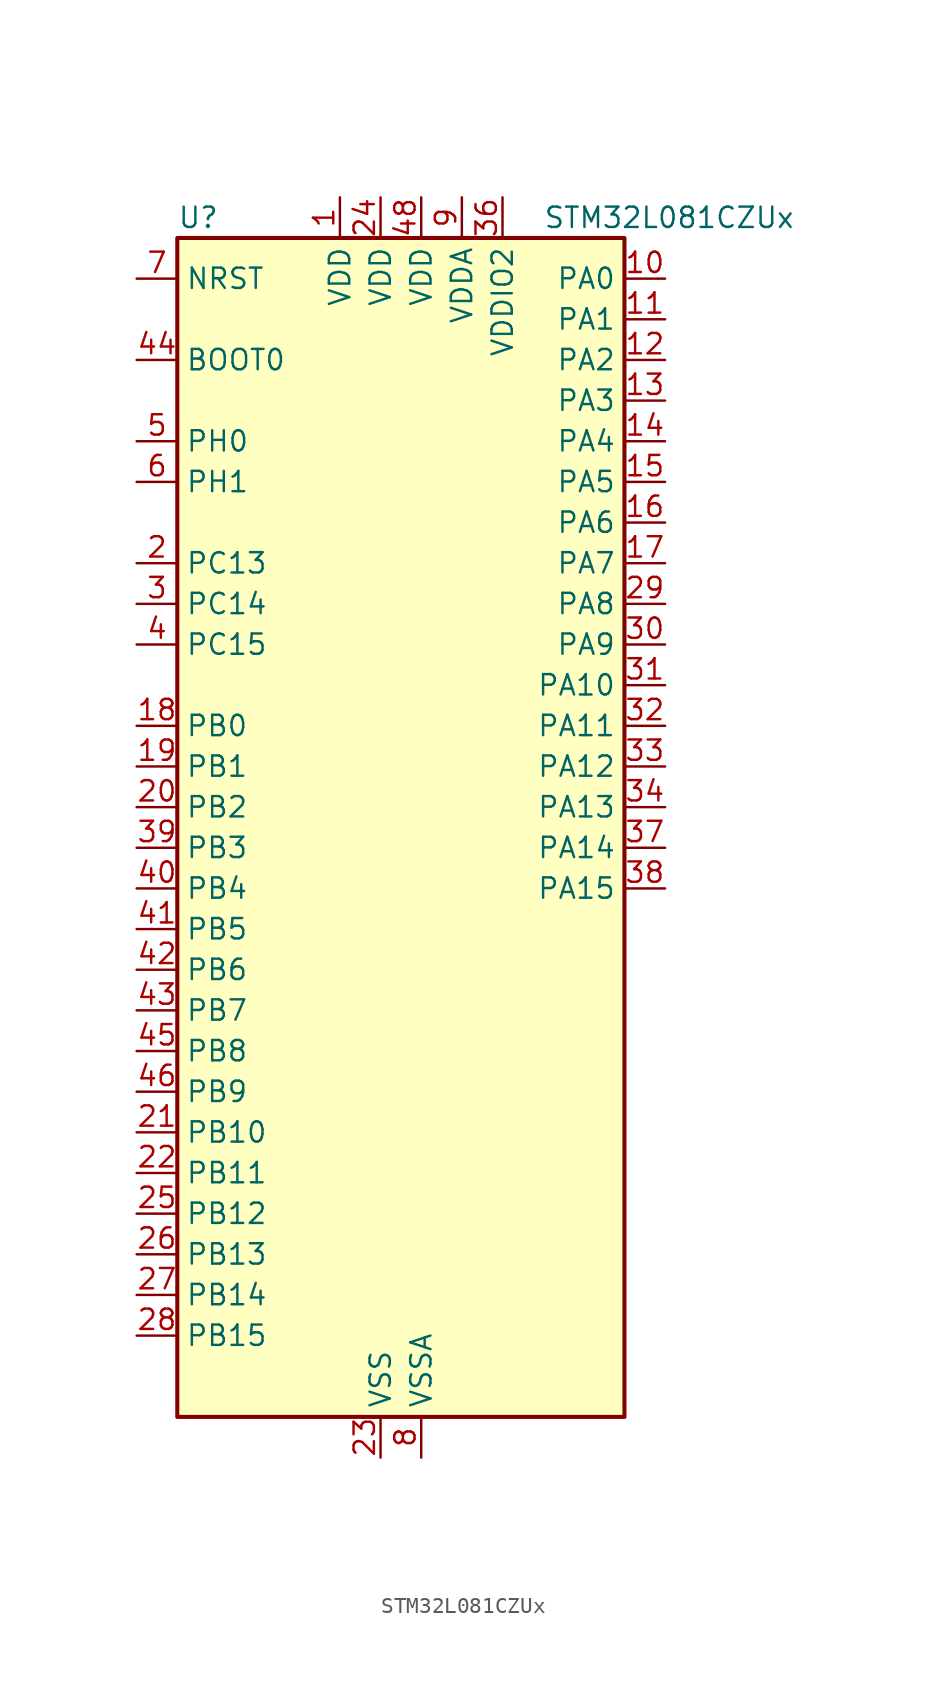
<source format=kicad_sym>
(kicad_symbol_lib
  (version 20220914)
  (generator kicad_symbol_editor)
  (symbol "STM32L081CZUx"
    (property "Reference" "U"
      (at -12.7 39.37 0)
      (effects (font (size 1.27 1.27)) (justify left)))
    (property "Value" "STM32L081CZUx"
      (at 10.16 39.37 0)
      (effects (font (size 1.27 1.27)) (justify left)))
    (property "ki_locked" ""
      (at 0 0 0)
      (effects (font (size 1.27 1.27))))
    (symbol "STM32L081CZUx_0_1"
      (rectangle (start -12.7 -35.56) (end 15.24 38.1) (stroke (width 0.254) (type default)) (fill (type background))))
    (symbol "STM32L081CZUx_1_1"
      (pin power_in line (at -2.54 40.64 270) (length 2.54) (name "VDD" (effects (font (size 1.27 1.27)))) (number "1" (effects (font (size 1.27 1.27)))))
      (pin bidirectional line (at 17.78 35.56 180) (length 2.54) (name "PA0" (effects (font (size 1.27 1.27)))) (number "10" (effects (font (size 1.27 1.27)))) (alternate "ADC_IN0" bidirectional line) (alternate "COMP1_INM" bidirectional line) (alternate "COMP1_OUT" bidirectional line) (alternate "RTC_TAMP2" bidirectional line) (alternate "SYS_WKUP1" bidirectional line) (alternate "TIM2_CH1" bidirectional line) (alternate "TIM2_ETR" bidirectional line) (alternate "USART2_CTS" bidirectional line) (alternate "USART4_TX" bidirectional line))
      (pin bidirectional line (at 17.78 33.02 180) (length 2.54) (name "PA1" (effects (font (size 1.27 1.27)))) (number "11" (effects (font (size 1.27 1.27)))) (alternate "ADC_IN1" bidirectional line) (alternate "COMP1_INP" bidirectional line) (alternate "TIM21_ETR" bidirectional line) (alternate "TIM2_CH2" bidirectional line) (alternate "USART2_DE" bidirectional line) (alternate "USART2_RTS" bidirectional line) (alternate "USART4_RX" bidirectional line))
      (pin bidirectional line (at 17.78 30.48 180) (length 2.54) (name "PA2" (effects (font (size 1.27 1.27)))) (number "12" (effects (font (size 1.27 1.27)))) (alternate "ADC_IN2" bidirectional line) (alternate "COMP2_INM" bidirectional line) (alternate "COMP2_OUT" bidirectional line) (alternate "LPUART1_TX" bidirectional line) (alternate "TIM21_CH1" bidirectional line) (alternate "TIM2_CH3" bidirectional line) (alternate "USART2_TX" bidirectional line))
      (pin bidirectional line (at 17.78 27.94 180) (length 2.54) (name "PA3" (effects (font (size 1.27 1.27)))) (number "13" (effects (font (size 1.27 1.27)))) (alternate "ADC_IN3" bidirectional line) (alternate "COMP2_INP" bidirectional line) (alternate "LPUART1_RX" bidirectional line) (alternate "TIM21_CH2" bidirectional line) (alternate "TIM2_CH4" bidirectional line) (alternate "USART2_RX" bidirectional line))
      (pin bidirectional line (at 17.78 25.4 180) (length 2.54) (name "PA4" (effects (font (size 1.27 1.27)))) (number "14" (effects (font (size 1.27 1.27)))) (alternate "ADC_IN4" bidirectional line) (alternate "COMP1_INM" bidirectional line) (alternate "COMP2_INM" bidirectional line) (alternate "SPI1_NSS" bidirectional line) (alternate "TIM22_ETR" bidirectional line) (alternate "USART2_CK" bidirectional line))
      (pin bidirectional line (at 17.78 22.86 180) (length 2.54) (name "PA5" (effects (font (size 1.27 1.27)))) (number "15" (effects (font (size 1.27 1.27)))) (alternate "ADC_IN5" bidirectional line) (alternate "COMP1_INM" bidirectional line) (alternate "COMP2_INM" bidirectional line) (alternate "SPI1_SCK" bidirectional line) (alternate "TIM2_CH1" bidirectional line) (alternate "TIM2_ETR" bidirectional line))
      (pin bidirectional line (at 17.78 20.32 180) (length 2.54) (name "PA6" (effects (font (size 1.27 1.27)))) (number "16" (effects (font (size 1.27 1.27)))) (alternate "ADC_IN6" bidirectional line) (alternate "COMP1_OUT" bidirectional line) (alternate "LPUART1_CTS" bidirectional line) (alternate "SPI1_MISO" bidirectional line) (alternate "TIM22_CH1" bidirectional line) (alternate "TIM3_CH1" bidirectional line))
      (pin bidirectional line (at 17.78 17.78 180) (length 2.54) (name "PA7" (effects (font (size 1.27 1.27)))) (number "17" (effects (font (size 1.27 1.27)))) (alternate "ADC_IN7" bidirectional line) (alternate "COMP2_OUT" bidirectional line) (alternate "SPI1_MOSI" bidirectional line) (alternate "TIM22_CH2" bidirectional line) (alternate "TIM3_CH2" bidirectional line))
      (pin bidirectional line (at -15.24 7.62 0) (length 2.54) (name "PB0" (effects (font (size 1.27 1.27)))) (number "18" (effects (font (size 1.27 1.27)))) (alternate "ADC_IN8" bidirectional line) (alternate "SYS_VREF_OUT_PB0" bidirectional line) (alternate "TIM3_CH3" bidirectional line))
      (pin bidirectional line (at -15.24 5.08 0) (length 2.54) (name "PB1" (effects (font (size 1.27 1.27)))) (number "19" (effects (font (size 1.27 1.27)))) (alternate "ADC_IN9" bidirectional line) (alternate "LPUART1_DE" bidirectional line) (alternate "LPUART1_RTS" bidirectional line) (alternate "SYS_VREF_OUT_PB1" bidirectional line) (alternate "TIM3_CH4" bidirectional line))
      (pin bidirectional line (at -15.24 17.78 0) (length 2.54) (name "PC13" (effects (font (size 1.27 1.27)))) (number "2" (effects (font (size 1.27 1.27)))) (alternate "RTC_OUT_ALARM" bidirectional line) (alternate "RTC_OUT_CALIB" bidirectional line) (alternate "RTC_TAMP1" bidirectional line) (alternate "RTC_TS" bidirectional line) (alternate "SYS_WKUP2" bidirectional line))
      (pin bidirectional line (at -15.24 2.54 0) (length 2.54) (name "PB2" (effects (font (size 1.27 1.27)))) (number "20" (effects (font (size 1.27 1.27)))) (alternate "I2C3_SMBA" bidirectional line) (alternate "LPTIM1_OUT" bidirectional line))
      (pin bidirectional line (at -15.24 -17.78 0) (length 2.54) (name "PB10" (effects (font (size 1.27 1.27)))) (number "21" (effects (font (size 1.27 1.27)))) (alternate "I2C2_SCL" bidirectional line) (alternate "LPUART1_RX" bidirectional line) (alternate "LPUART1_TX" bidirectional line) (alternate "SPI2_SCK" bidirectional line) (alternate "TIM2_CH3" bidirectional line))
      (pin bidirectional line (at -15.24 -20.32 0) (length 2.54) (name "PB11" (effects (font (size 1.27 1.27)))) (number "22" (effects (font (size 1.27 1.27)))) (alternate "ADC_EXTI11" bidirectional line) (alternate "I2C2_SDA" bidirectional line) (alternate "LPUART1_RX" bidirectional line) (alternate "LPUART1_TX" bidirectional line) (alternate "TIM2_CH4" bidirectional line))
      (pin power_in line (at 0 -38.1 90) (length 2.54) (name "VSS" (effects (font (size 1.27 1.27)))) (number "23" (effects (font (size 1.27 1.27)))))
      (pin power_in line (at 0 40.64 270) (length 2.54) (name "VDD" (effects (font (size 1.27 1.27)))) (number "24" (effects (font (size 1.27 1.27)))))
      (pin bidirectional line (at -15.24 -22.86 0) (length 2.54) (name "PB12" (effects (font (size 1.27 1.27)))) (number "25" (effects (font (size 1.27 1.27)))) (alternate "I2S2_WS" bidirectional line) (alternate "LPUART1_DE" bidirectional line) (alternate "LPUART1_RTS" bidirectional line) (alternate "SPI2_NSS" bidirectional line))
      (pin bidirectional line (at -15.24 -25.4 0) (length 2.54) (name "PB13" (effects (font (size 1.27 1.27)))) (number "26" (effects (font (size 1.27 1.27)))) (alternate "I2C2_SCL" bidirectional line) (alternate "I2S2_CK" bidirectional line) (alternate "LPUART1_CTS" bidirectional line) (alternate "RCC_MCO" bidirectional line) (alternate "SPI2_SCK" bidirectional line) (alternate "TIM21_CH1" bidirectional line))
      (pin bidirectional line (at -15.24 -27.94 0) (length 2.54) (name "PB14" (effects (font (size 1.27 1.27)))) (number "27" (effects (font (size 1.27 1.27)))) (alternate "I2C2_SDA" bidirectional line) (alternate "I2S2_MCK" bidirectional line) (alternate "LPUART1_DE" bidirectional line) (alternate "LPUART1_RTS" bidirectional line) (alternate "RTC_OUT_ALARM" bidirectional line) (alternate "RTC_OUT_CALIB" bidirectional line) (alternate "SPI2_MISO" bidirectional line) (alternate "TIM21_CH2" bidirectional line))
      (pin bidirectional line (at -15.24 -30.48 0) (length 2.54) (name "PB15" (effects (font (size 1.27 1.27)))) (number "28" (effects (font (size 1.27 1.27)))) (alternate "I2S2_SD" bidirectional line) (alternate "RTC_REFIN" bidirectional line) (alternate "SPI2_MOSI" bidirectional line))
      (pin bidirectional line (at 17.78 15.24 180) (length 2.54) (name "PA8" (effects (font (size 1.27 1.27)))) (number "29" (effects (font (size 1.27 1.27)))) (alternate "I2C3_SCL" bidirectional line) (alternate "RCC_MCO" bidirectional line) (alternate "USART1_CK" bidirectional line))
      (pin bidirectional line (at -15.24 15.24 0) (length 2.54) (name "PC14" (effects (font (size 1.27 1.27)))) (number "3" (effects (font (size 1.27 1.27)))) (alternate "RCC_OSC32_IN" bidirectional line))
      (pin bidirectional line (at 17.78 12.7 180) (length 2.54) (name "PA9" (effects (font (size 1.27 1.27)))) (number "30" (effects (font (size 1.27 1.27)))) (alternate "I2C1_SCL" bidirectional line) (alternate "I2C3_SMBA" bidirectional line) (alternate "RCC_MCO" bidirectional line) (alternate "USART1_TX" bidirectional line))
      (pin bidirectional line (at 17.78 10.16 180) (length 2.54) (name "PA10" (effects (font (size 1.27 1.27)))) (number "31" (effects (font (size 1.27 1.27)))) (alternate "I2C1_SDA" bidirectional line) (alternate "USART1_RX" bidirectional line))
      (pin bidirectional line (at 17.78 7.62 180) (length 2.54) (name "PA11" (effects (font (size 1.27 1.27)))) (number "32" (effects (font (size 1.27 1.27)))) (alternate "ADC_EXTI11" bidirectional line) (alternate "COMP1_OUT" bidirectional line) (alternate "SPI1_MISO" bidirectional line) (alternate "USART1_CTS" bidirectional line))
      (pin bidirectional line (at 17.78 5.08 180) (length 2.54) (name "PA12" (effects (font (size 1.27 1.27)))) (number "33" (effects (font (size 1.27 1.27)))) (alternate "COMP2_OUT" bidirectional line) (alternate "SPI1_MOSI" bidirectional line) (alternate "USART1_DE" bidirectional line) (alternate "USART1_RTS" bidirectional line))
      (pin bidirectional line (at 17.78 2.54 180) (length 2.54) (name "PA13" (effects (font (size 1.27 1.27)))) (number "34" (effects (font (size 1.27 1.27)))) (alternate "LPUART1_RX" bidirectional line) (alternate "SYS_SWDIO" bidirectional line))
      (pin passive line (at 0 -38.1 90) (length 2.54) hide (name "VSS" (effects (font (size 1.27 1.27)))) (number "35" (effects (font (size 1.27 1.27)))))
      (pin power_in line (at 7.62 40.64 270) (length 2.54) (name "VDDIO2" (effects (font (size 1.27 1.27)))) (number "36" (effects (font (size 1.27 1.27)))))
      (pin bidirectional line (at 17.78 0 180) (length 2.54) (name "PA14" (effects (font (size 1.27 1.27)))) (number "37" (effects (font (size 1.27 1.27)))) (alternate "LPUART1_TX" bidirectional line) (alternate "SYS_SWCLK" bidirectional line) (alternate "USART2_TX" bidirectional line))
      (pin bidirectional line (at 17.78 -2.54 180) (length 2.54) (name "PA15" (effects (font (size 1.27 1.27)))) (number "38" (effects (font (size 1.27 1.27)))) (alternate "SPI1_NSS" bidirectional line) (alternate "TIM2_CH1" bidirectional line) (alternate "TIM2_ETR" bidirectional line) (alternate "USART2_RX" bidirectional line) (alternate "USART4_DE" bidirectional line) (alternate "USART4_RTS" bidirectional line))
      (pin bidirectional line (at -15.24 0 0) (length 2.54) (name "PB3" (effects (font (size 1.27 1.27)))) (number "39" (effects (font (size 1.27 1.27)))) (alternate "COMP2_INM" bidirectional line) (alternate "SPI1_SCK" bidirectional line) (alternate "TIM2_CH2" bidirectional line) (alternate "USART1_DE" bidirectional line) (alternate "USART1_RTS" bidirectional line) (alternate "USART5_TX" bidirectional line))
      (pin bidirectional line (at -15.24 12.7 0) (length 2.54) (name "PC15" (effects (font (size 1.27 1.27)))) (number "4" (effects (font (size 1.27 1.27)))) (alternate "RCC_OSC32_OUT" bidirectional line))
      (pin bidirectional line (at -15.24 -2.54 0) (length 2.54) (name "PB4" (effects (font (size 1.27 1.27)))) (number "40" (effects (font (size 1.27 1.27)))) (alternate "COMP2_INP" bidirectional line) (alternate "I2C3_SDA" bidirectional line) (alternate "SPI1_MISO" bidirectional line) (alternate "TIM22_CH1" bidirectional line) (alternate "TIM3_CH1" bidirectional line) (alternate "USART1_CTS" bidirectional line) (alternate "USART5_RX" bidirectional line))
      (pin bidirectional line (at -15.24 -5.08 0) (length 2.54) (name "PB5" (effects (font (size 1.27 1.27)))) (number "41" (effects (font (size 1.27 1.27)))) (alternate "COMP2_INP" bidirectional line) (alternate "I2C1_SMBA" bidirectional line) (alternate "LPTIM1_IN1" bidirectional line) (alternate "SPI1_MOSI" bidirectional line) (alternate "TIM22_CH2" bidirectional line) (alternate "TIM3_CH2" bidirectional line) (alternate "USART1_CK" bidirectional line) (alternate "USART5_CK" bidirectional line) (alternate "USART5_DE" bidirectional line) (alternate "USART5_RTS" bidirectional line))
      (pin bidirectional line (at -15.24 -7.62 0) (length 2.54) (name "PB6" (effects (font (size 1.27 1.27)))) (number "42" (effects (font (size 1.27 1.27)))) (alternate "COMP2_INP" bidirectional line) (alternate "I2C1_SCL" bidirectional line) (alternate "LPTIM1_ETR" bidirectional line) (alternate "USART1_TX" bidirectional line))
      (pin bidirectional line (at -15.24 -10.16 0) (length 2.54) (name "PB7" (effects (font (size 1.27 1.27)))) (number "43" (effects (font (size 1.27 1.27)))) (alternate "COMP2_INP" bidirectional line) (alternate "I2C1_SDA" bidirectional line) (alternate "LPTIM1_IN2" bidirectional line) (alternate "SYS_PVD_IN" bidirectional line) (alternate "USART1_RX" bidirectional line) (alternate "USART4_CTS" bidirectional line))
      (pin input line (at -15.24 30.48 0) (length 2.54) (name "BOOT0" (effects (font (size 1.27 1.27)))) (number "44" (effects (font (size 1.27 1.27)))))
      (pin bidirectional line (at -15.24 -12.7 0) (length 2.54) (name "PB8" (effects (font (size 1.27 1.27)))) (number "45" (effects (font (size 1.27 1.27)))) (alternate "I2C1_SCL" bidirectional line))
      (pin bidirectional line (at -15.24 -15.24 0) (length 2.54) (name "PB9" (effects (font (size 1.27 1.27)))) (number "46" (effects (font (size 1.27 1.27)))) (alternate "I2C1_SDA" bidirectional line) (alternate "I2S2_WS" bidirectional line) (alternate "SPI2_NSS" bidirectional line))
      (pin passive line (at 0 -38.1 90) (length 2.54) hide (name "VSS" (effects (font (size 1.27 1.27)))) (number "47" (effects (font (size 1.27 1.27)))))
      (pin power_in line (at 2.54 40.64 270) (length 2.54) (name "VDD" (effects (font (size 1.27 1.27)))) (number "48" (effects (font (size 1.27 1.27)))))
      (pin passive line (at 0 -38.1 90) (length 2.54) hide (name "VSS" (effects (font (size 1.27 1.27)))) (number "49" (effects (font (size 1.27 1.27)))))
      (pin bidirectional line (at -15.24 25.4 0) (length 2.54) (name "PH0" (effects (font (size 1.27 1.27)))) (number "5" (effects (font (size 1.27 1.27)))) (alternate "RCC_OSC_IN" bidirectional line))
      (pin bidirectional line (at -15.24 22.86 0) (length 2.54) (name "PH1" (effects (font (size 1.27 1.27)))) (number "6" (effects (font (size 1.27 1.27)))) (alternate "RCC_OSC_OUT" bidirectional line))
      (pin input line (at -15.24 35.56 0) (length 2.54) (name "NRST" (effects (font (size 1.27 1.27)))) (number "7" (effects (font (size 1.27 1.27)))))
      (pin power_in line (at 2.54 -38.1 90) (length 2.54) (name "VSSA" (effects (font (size 1.27 1.27)))) (number "8" (effects (font (size 1.27 1.27)))))
      (pin power_in line (at 5.08 40.64 270) (length 2.54) (name "VDDA" (effects (font (size 1.27 1.27)))) (number "9" (effects (font (size 1.27 1.27))))))))
</source>
